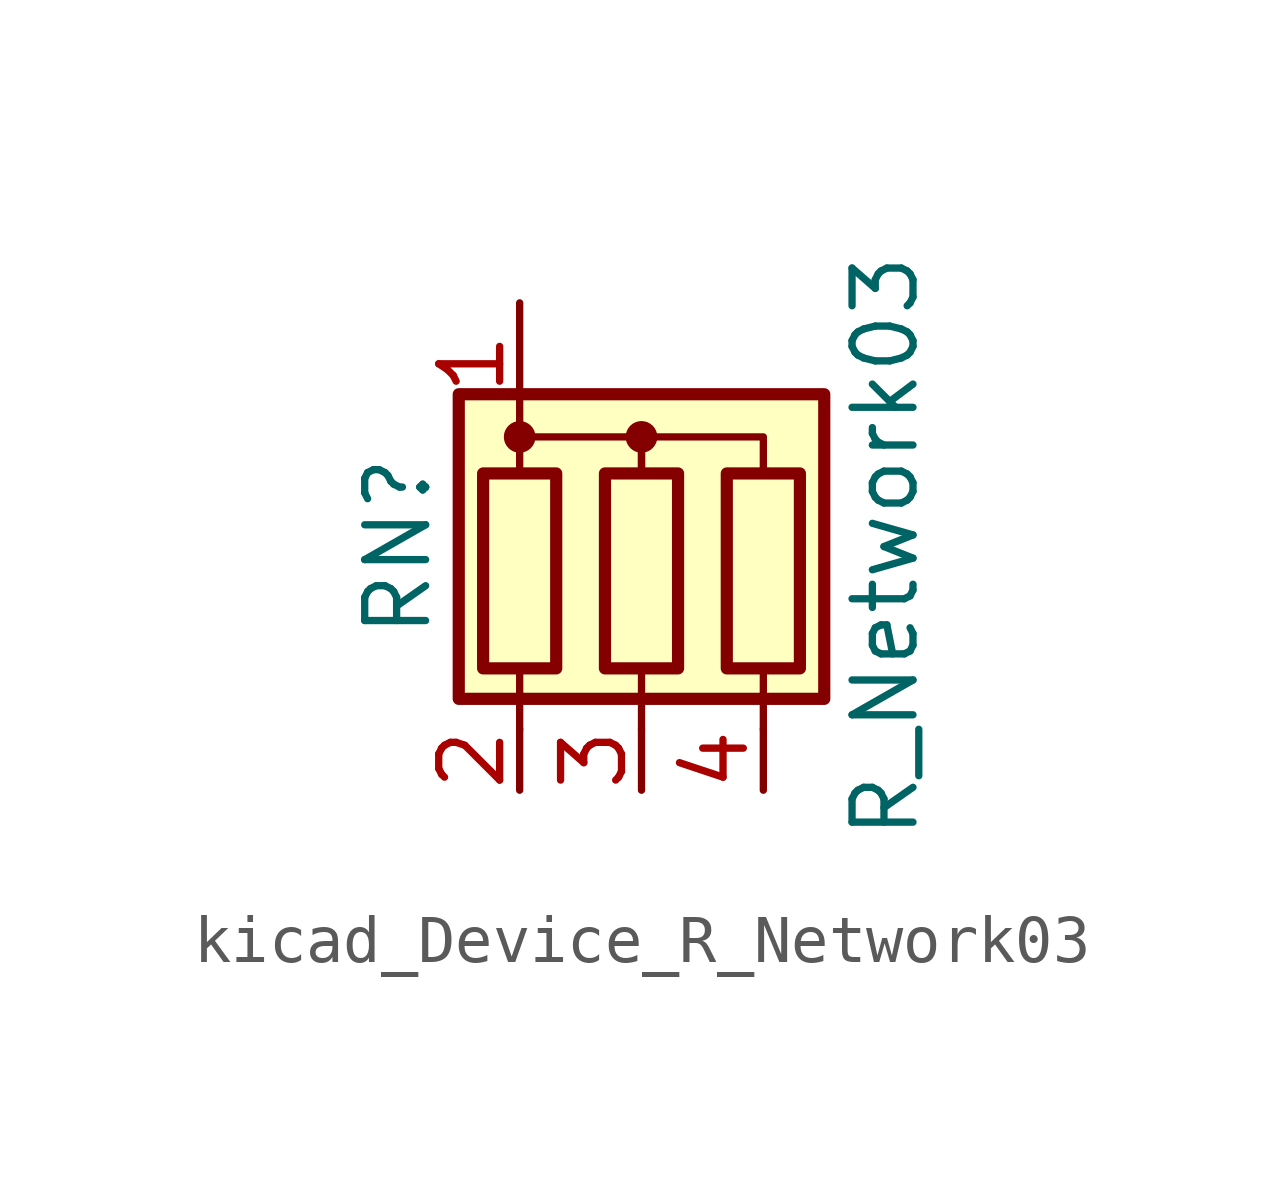
<source format=kicad_sym>
(kicad_symbol_lib
  (version 20220914)
  (generator kicad_symbol_editor)
  (symbol "kicad_Device_R_Network03"
    (pin_names
      (offset 0) hide)
    (property "Reference" "RN"
      (at -5.08 0 90)
      (effects (font (size 1.27 1.27))))
    (property "Value" "R_Network03"
      (at 5.08 0 90)
      (effects (font (size 1.27 1.27))))
    (symbol "kicad_Device_R_Network03_0_1"
      (rectangle (start -3.81 -3.175) (end 3.81 3.175) (stroke (width 0.254) (type default)) (fill (type background)))
      (rectangle (start -3.302 1.524) (end -1.778 -2.54) (stroke (width 0.254) (type default)) (fill (type none)))
      (circle (center -2.54 2.286) (radius 0.254) (stroke (width 0) (type default)) (fill (type outline)))
      (rectangle (start -0.762 1.524) (end 0.762 -2.54) (stroke (width 0.254) (type default)) (fill (type none)))
      (polyline (pts (xy -2.54 -2.54) (xy -2.54 -3.81)) (stroke (width 0) (type default)) (fill (type none)))
      (polyline (pts (xy 0 -2.54) (xy 0 -3.81)) (stroke (width 0) (type default)) (fill (type none)))
      (polyline (pts (xy 2.54 -2.54) (xy 2.54 -3.81)) (stroke (width 0) (type default)) (fill (type none)))
      (polyline (pts (xy -2.54 1.524) (xy -2.54 2.286) (xy 0 2.286) (xy 0 1.524)) (stroke (width 0) (type default)) (fill (type none)))
      (polyline (pts (xy 0 1.524) (xy 0 2.286) (xy 2.54 2.286) (xy 2.54 1.524)) (stroke (width 0) (type default)) (fill (type none)))
      (circle (center 0 2.286) (radius 0.254) (stroke (width 0) (type default)) (fill (type outline)))
      (rectangle (start 1.778 1.524) (end 3.302 -2.54) (stroke (width 0.254) (type default)) (fill (type none))))
    (symbol "kicad_Device_R_Network03_1_1"
      (pin passive line (at -2.54 5.08 270) (length 2.54) (name "common" (effects (font (size 1.27 1.27)))) (number "1" (effects (font (size 1.27 1.27)))))
      (pin passive line (at -2.54 -5.08 90) (length 1.27) (name "R1" (effects (font (size 1.27 1.27)))) (number "2" (effects (font (size 1.27 1.27)))))
      (pin passive line (at 0 -5.08 90) (length 1.27) (name "R2" (effects (font (size 1.27 1.27)))) (number "3" (effects (font (size 1.27 1.27)))))
      (pin passive line (at 2.54 -5.08 90) (length 1.27) (name "R3" (effects (font (size 1.27 1.27)))) (number "4" (effects (font (size 1.27 1.27))))))))
</source>
